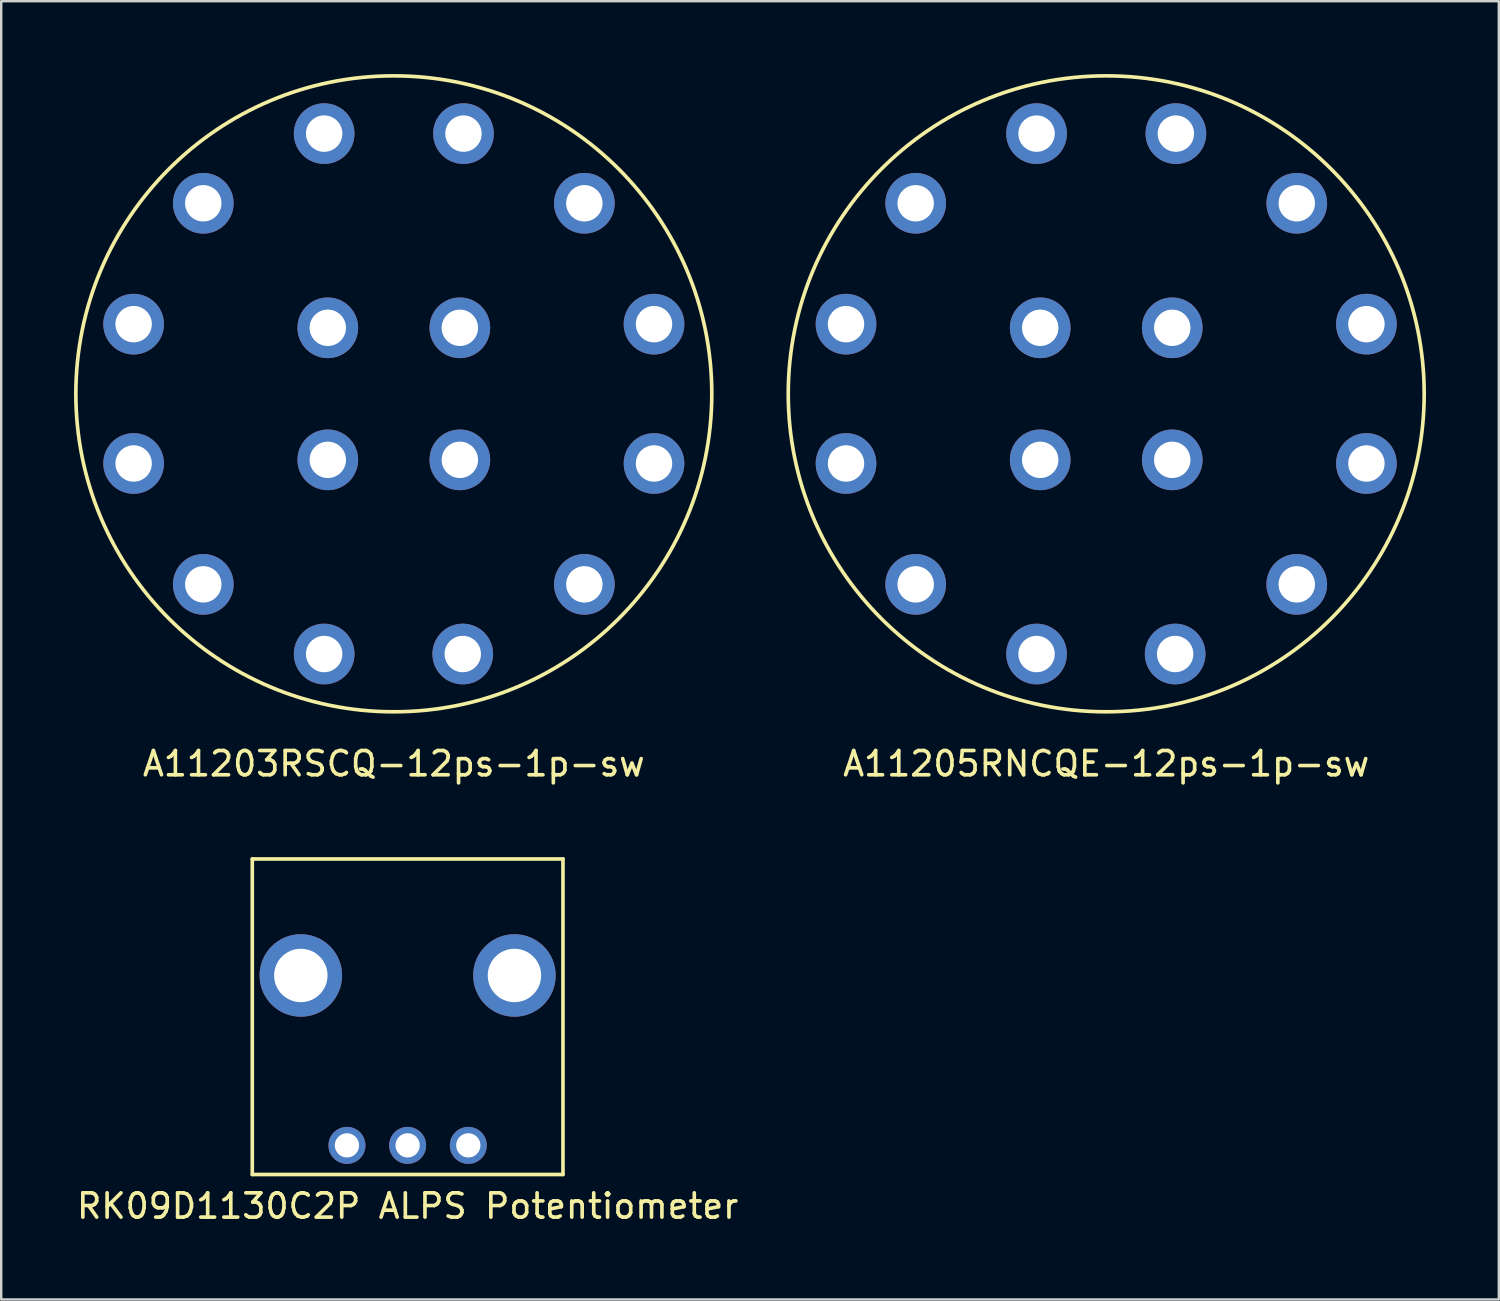
<source format=kicad_pcb>
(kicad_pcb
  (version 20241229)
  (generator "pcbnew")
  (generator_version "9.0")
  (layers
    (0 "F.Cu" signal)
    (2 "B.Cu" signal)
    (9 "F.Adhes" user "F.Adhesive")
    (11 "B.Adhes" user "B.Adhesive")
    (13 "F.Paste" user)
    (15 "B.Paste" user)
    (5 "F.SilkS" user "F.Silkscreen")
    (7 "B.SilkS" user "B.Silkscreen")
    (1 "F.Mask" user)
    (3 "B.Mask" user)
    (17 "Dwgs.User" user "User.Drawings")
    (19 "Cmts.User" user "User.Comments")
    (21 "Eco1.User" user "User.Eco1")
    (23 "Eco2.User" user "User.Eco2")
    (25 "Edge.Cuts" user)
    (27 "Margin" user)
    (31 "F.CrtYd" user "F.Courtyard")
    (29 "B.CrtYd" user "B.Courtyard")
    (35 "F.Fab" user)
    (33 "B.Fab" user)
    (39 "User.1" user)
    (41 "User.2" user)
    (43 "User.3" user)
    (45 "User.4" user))
  (footprint "A11205RNCQE-12ps-1p-sw"
    (layer "F.Cu")
    (at 42.525 13.175)
    (property "Reference" "A11205RNCQE-12ps-1p-sw" (at 0 15.24 0) (layer "F.SilkS") (effects (font (size 1 1) (thickness 0.15))))
    (attr through_hole)
    (fp_circle (center 0 0) (end 13.1 0) (stroke (width 0.15) (type solid)) (fill no) (layer "F.SilkS"))
    (pad "1" thru_hole circle (at 10.72 2.87) (size 2.5 2.5) (drill 1.5) (layers "*.Cu" "*.Mask"))
    (pad "2" thru_hole circle (at 7.85 7.85) (size 2.5 2.5) (drill 1.5) (layers "*.Cu" "*.Mask"))
    (pad "3" thru_hole circle (at 2.84 10.72) (size 2.5 2.5) (drill 1.5) (layers "*.Cu" "*.Mask"))
    (pad "4" thru_hole circle (at -2.87 10.72) (size 2.5 2.5) (drill 1.5) (layers "*.Cu" "*.Mask"))
    (pad "5" thru_hole circle (at -7.85 7.85) (size 2.5 2.5) (drill 1.5) (layers "*.Cu" "*.Mask"))
    (pad "6" thru_hole circle (at -10.72 2.87) (size 2.5 2.5) (drill 1.5) (layers "*.Cu" "*.Mask"))
    (pad "7" thru_hole circle (at -10.72 -2.87) (size 2.5 2.5) (drill 1.5) (layers "*.Cu" "*.Mask"))
    (pad "8" thru_hole circle (at -7.85 -7.85) (size 2.5 2.5) (drill 1.5) (layers "*.Cu" "*.Mask"))
    (pad "9" thru_hole circle (at -2.87 -10.72) (size 2.5 2.5) (drill 1.5) (layers "*.Cu" "*.Mask"))
    (pad "10" thru_hole circle (at 2.87 -10.72) (size 2.5 2.5) (drill 1.5) (layers "*.Cu" "*.Mask"))
    (pad "11" thru_hole circle (at 7.85 -7.85) (size 2.5 2.5) (drill 1.5) (layers "*.Cu" "*.Mask"))
    (pad "12" thru_hole circle (at 10.72 -2.87) (size 2.5 2.5) (drill 1.5) (layers "*.Cu" "*.Mask"))
    (pad "A" thru_hole circle (at 2.72 2.72) (size 2.5 2.5) (drill 1.5) (layers "*.Cu" "*.Mask"))
    (pad "B" thru_hole circle (at -2.72 2.72) (size 2.5 2.5) (drill 1.5) (layers "*.Cu" "*.Mask"))
    (pad "C" thru_hole circle (at -2.72 -2.72) (size 2.5 2.5) (drill 1.5) (layers "*.Cu" "*.Mask"))
    (pad "D" thru_hole circle (at 2.72 -2.72) (size 2.5 2.5) (drill 1.5) (layers "*.Cu" "*.Mask")))
  (footprint "A11203RSCQ-12ps-1p-sw"
    (layer "F.Cu")
    (at 13.175 13.175)
    (property "Reference" "A11203RSCQ-12ps-1p-sw" (at 0 15.24 0) (layer "F.SilkS") (effects (font (size 1 1) (thickness 0.15))))
    (attr through_hole)
    (fp_circle (center 0 0) (end 13.1 0) (stroke (width 0.15) (type solid)) (fill no) (layer "F.SilkS"))
    (pad "1" thru_hole circle (at 10.72 2.87) (size 2.5 2.5) (drill 1.5) (layers "*.Cu" "*.Mask"))
    (pad "2" thru_hole circle (at 7.85 7.85) (size 2.5 2.5) (drill 1.5) (layers "*.Cu" "*.Mask"))
    (pad "3" thru_hole circle (at 2.84 10.72) (size 2.5 2.5) (drill 1.5) (layers "*.Cu" "*.Mask"))
    (pad "4" thru_hole circle (at -2.87 10.72) (size 2.5 2.5) (drill 1.5) (layers "*.Cu" "*.Mask"))
    (pad "5" thru_hole circle (at -7.85 7.85) (size 2.5 2.5) (drill 1.5) (layers "*.Cu" "*.Mask"))
    (pad "6" thru_hole circle (at -10.72 2.87) (size 2.5 2.5) (drill 1.5) (layers "*.Cu" "*.Mask"))
    (pad "7" thru_hole circle (at -10.72 -2.87) (size 2.5 2.5) (drill 1.5) (layers "*.Cu" "*.Mask"))
    (pad "8" thru_hole circle (at -7.85 -7.85) (size 2.5 2.5) (drill 1.5) (layers "*.Cu" "*.Mask"))
    (pad "9" thru_hole circle (at -2.87 -10.72) (size 2.5 2.5) (drill 1.5) (layers "*.Cu" "*.Mask"))
    (pad "10" thru_hole circle (at 2.87 -10.72) (size 2.5 2.5) (drill 1.5) (layers "*.Cu" "*.Mask"))
    (pad "11" thru_hole circle (at 7.85 -7.85) (size 2.5 2.5) (drill 1.5) (layers "*.Cu" "*.Mask"))
    (pad "12" thru_hole circle (at 10.72 -2.87) (size 2.5 2.5) (drill 1.5) (layers "*.Cu" "*.Mask"))
    (pad "A" thru_hole circle (at 2.72 2.72) (size 2.5 2.5) (drill 1.5) (layers "*.Cu" "*.Mask"))
    (pad "B" thru_hole circle (at -2.72 2.72) (size 2.5 2.5) (drill 1.5) (layers "*.Cu" "*.Mask"))
    (pad "C" thru_hole circle (at -2.72 -2.72) (size 2.5 2.5) (drill 1.5) (layers "*.Cu" "*.Mask"))
    (pad "D" thru_hole circle (at 2.72 -2.72) (size 2.5 2.5) (drill 1.5) (layers "*.Cu" "*.Mask")))
  (footprint "RK09D1130C2P ALPS Potentiometer"
    (layer "F.Cu")
    (at 13.744 44.138)
    (property "Reference" "RK09D1130C2P ALPS Potentiometer" (at 0 2.5 0) (layer "F.SilkS") (effects (font (size 1 1) (thickness 0.15))))
    (attr through_hole)
    (fp_line (start -6.4 -11.8) (end -6.4 1.2) (stroke (width 0.15) (type solid)) (layer "F.SilkS"))
    (fp_line (start -6.4 -11.8) (end 6.4 -11.8) (stroke (width 0.15) (type solid)) (layer "F.SilkS"))
    (fp_line (start -6.4 1.2) (end 6.4 1.2) (stroke (width 0.15) (type solid)) (layer "F.SilkS"))
    (fp_line (start 6.4 -11.8) (end 6.4 1.2) (stroke (width 0.15) (type solid)) (layer "F.SilkS"))
    (pad "1" thru_hole circle (at -2.5 0) (size 1.524 1.524) (drill 1) (layers "*.Cu" "*.Mask"))
    (pad "2" thru_hole circle (at 0 0) (size 1.524 1.524) (drill 1) (layers "*.Cu" "*.Mask"))
    (pad "3" thru_hole circle (at 2.5 0) (size 1.524 1.524) (drill 1) (layers "*.Cu" "*.Mask"))
    (pad "4" thru_hole circle (at -4.4 -7) (size 3.4 3.4) (drill 2.2) (layers "*.Cu" "*.Mask"))
    (pad "5" thru_hole circle (at 4.4 -7) (size 3.4 3.4) (drill 2.2) (layers "*.Cu" "*.Mask")))
  (gr_rect
    (start -3 -3)
    (end 58.7 50.486)
    (stroke (width 0.1) (type default))
    (fill no)
    (layer "Edge.Cuts")))
</source>
